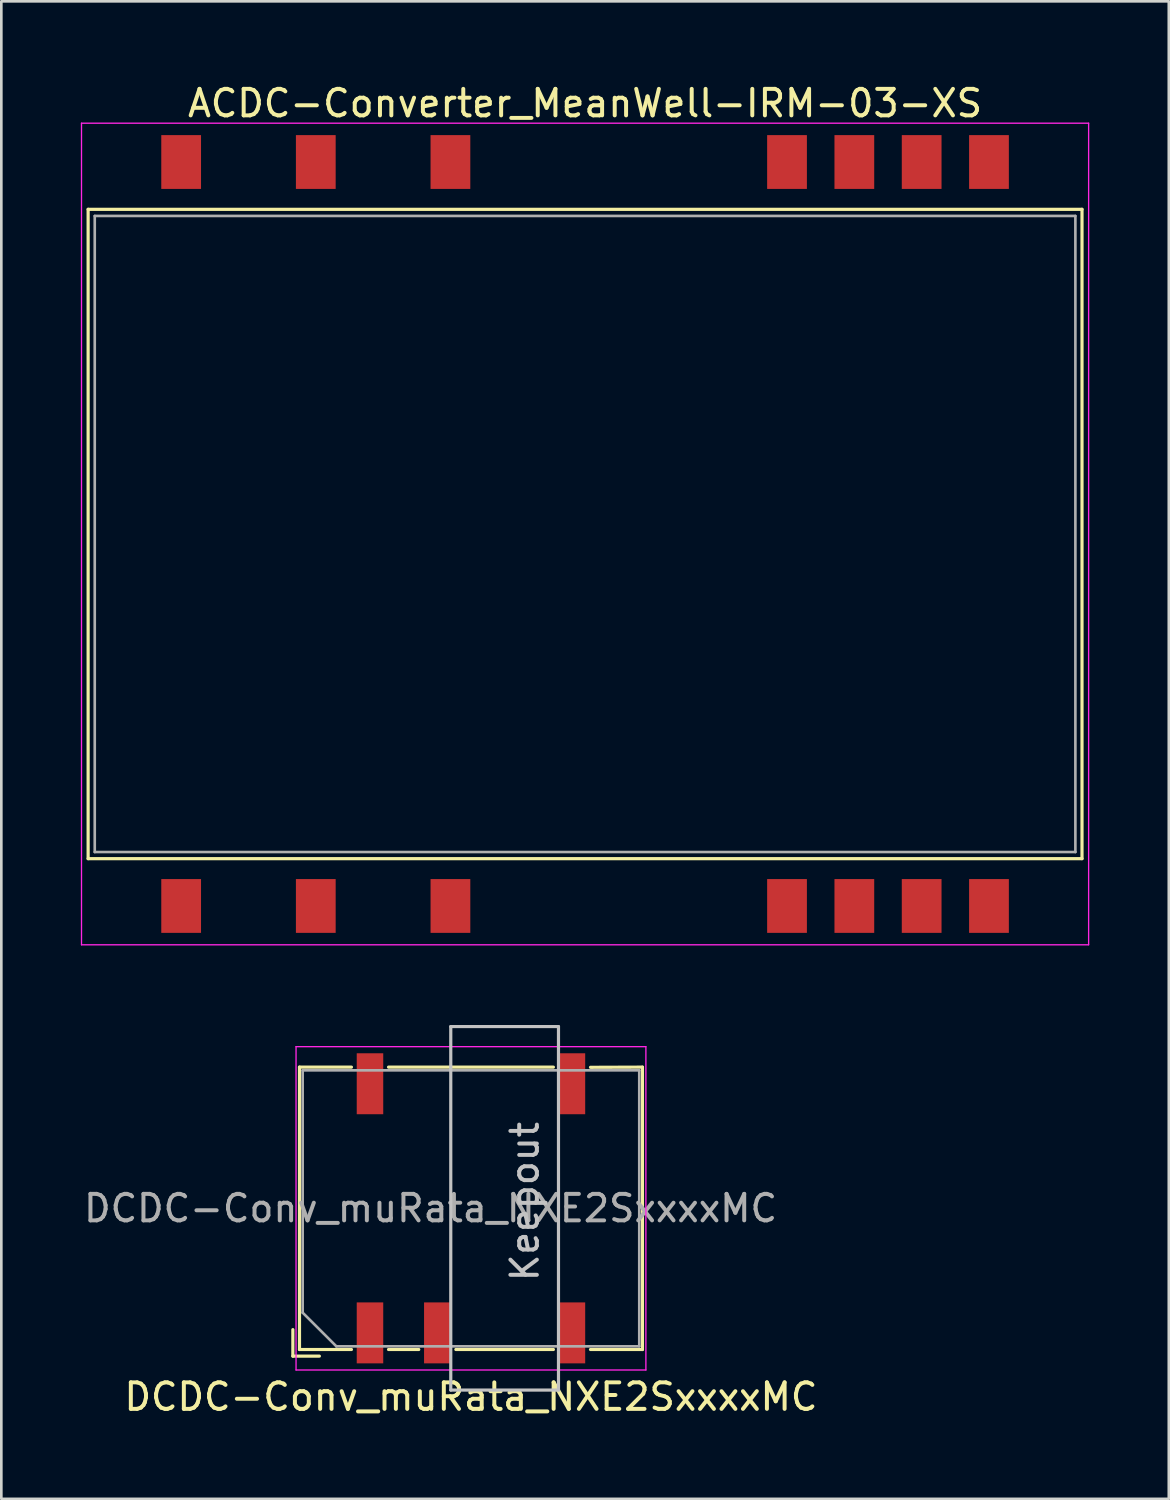
<source format=kicad_pcb>
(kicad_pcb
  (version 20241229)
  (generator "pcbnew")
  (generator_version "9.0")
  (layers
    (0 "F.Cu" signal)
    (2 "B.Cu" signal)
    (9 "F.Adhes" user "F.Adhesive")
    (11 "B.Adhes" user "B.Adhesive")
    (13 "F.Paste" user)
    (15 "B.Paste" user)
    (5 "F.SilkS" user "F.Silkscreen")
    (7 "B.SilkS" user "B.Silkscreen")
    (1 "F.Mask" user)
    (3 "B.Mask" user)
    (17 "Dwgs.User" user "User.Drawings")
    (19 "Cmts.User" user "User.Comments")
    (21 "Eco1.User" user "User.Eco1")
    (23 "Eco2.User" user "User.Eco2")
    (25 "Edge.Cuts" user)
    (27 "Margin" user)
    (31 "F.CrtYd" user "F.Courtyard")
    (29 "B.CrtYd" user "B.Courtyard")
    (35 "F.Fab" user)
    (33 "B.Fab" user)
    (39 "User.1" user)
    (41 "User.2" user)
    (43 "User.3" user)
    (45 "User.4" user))
  (footprint "ACDC-Converter_MeanWell-IRM-03-XS"
    (layer "F.Cu")
    (at 19.025 17.098)
    (property "Reference" "ACDC-Converter_MeanWell-IRM-03-XS" (at 0 -16.25 0) (layer "F.SilkS") (effects (font (size 1 1) (thickness 0.15))))
    (attr smd)
    (fp_line (start -18.75 -12.25) (end 18.75 -12.25) (stroke (width 0.12) (type solid)) (layer "F.SilkS"))
    (fp_line (start -18.75 12.25) (end -18.75 -12.25) (stroke (width 0.12) (type solid)) (layer "F.SilkS"))
    (fp_line (start 18.75 -12.25) (end 18.75 12.25) (stroke (width 0.12) (type solid)) (layer "F.SilkS"))
    (fp_line (start 18.75 12.25) (end -18.75 12.25) (stroke (width 0.12) (type solid)) (layer "F.SilkS"))
    (fp_line (start -19 -15.5) (end -19 15.5) (stroke (width 0.05) (type solid)) (layer "F.CrtYd"))
    (fp_line (start -19 15.5) (end 19 15.5) (stroke (width 0.05) (type solid)) (layer "F.CrtYd"))
    (fp_line (start 19 -15.5) (end -19 -15.5) (stroke (width 0.05) (type solid)) (layer "F.CrtYd"))
    (fp_line (start 19 15.5) (end 19 -15.5) (stroke (width 0.05) (type solid)) (layer "F.CrtYd"))
    (fp_line (start -18.5 -12) (end -18.5 12) (stroke (width 0.1) (type solid)) (layer "F.Fab"))
    (fp_line (start -18.5 12) (end 18.5 12) (stroke (width 0.1) (type solid)) (layer "F.Fab"))
    (fp_line (start 18.5 -12) (end -18.5 -12) (stroke (width 0.1) (type solid)) (layer "F.Fab"))
    (fp_line (start 18.5 12) (end 18.5 -12) (stroke (width 0.1) (type solid)) (layer "F.Fab"))
    (pad "1" smd rect (at -15.24 14.035) (size 1.5 2.03) (layers "F.Cu" "F.Mask" "F.Paste"))
    (pad "3" smd rect (at -10.16 14.035) (size 1.5 2.03) (layers "F.Cu" "F.Mask" "F.Paste"))
    (pad "5" smd rect (at -5.08 14.035) (size 1.5 2.03) (layers "F.Cu" "F.Mask" "F.Paste"))
    (pad "10" smd rect (at 7.62 14.035) (size 1.5 2.03) (layers "F.Cu" "F.Mask" "F.Paste"))
    (pad "11" smd rect (at 10.16 14.035) (size 1.5 2.03) (layers "F.Cu" "F.Mask" "F.Paste"))
    (pad "12" smd rect (at 12.7 14.035) (size 1.5 2.03) (layers "F.Cu" "F.Mask" "F.Paste"))
    (pad "13" smd rect (at 15.24 14.035) (size 1.5 2.03) (layers "F.Cu" "F.Mask" "F.Paste"))
    (pad "14" smd rect (at 15.24 -14.035) (size 1.5 2.03) (layers "F.Cu" "F.Mask" "F.Paste"))
    (pad "15" smd rect (at 12.7 -14.035) (size 1.5 2.03) (layers "F.Cu" "F.Mask" "F.Paste"))
    (pad "16" smd rect (at 10.16 -14.035) (size 1.5 2.03) (layers "F.Cu" "F.Mask" "F.Paste"))
    (pad "17" smd rect (at 7.62 -14.035) (size 1.5 2.03) (layers "F.Cu" "F.Mask" "F.Paste"))
    (pad "22" smd rect (at -5.08 -14.035) (size 1.5 2.03) (layers "F.Cu" "F.Mask" "F.Paste"))
    (pad "24" smd rect (at -10.16 -14.035) (size 1.5 2.03) (layers "F.Cu" "F.Mask" "F.Paste"))
    (pad "26" smd rect (at -15.24 -14.035) (size 1.5 2.03) (layers "F.Cu" "F.Mask" "F.Paste")))
  (footprint "DCDC-Conv_muRata_NXE2SxxxxMC"
    (layer "F.Cu")
    (at 15.99 42.541)
    (property "Reference" "DCDC-Conv_muRata_NXE2SxxxxMC" (at -1.27 7.112 0) (layer "F.SilkS") (effects (font (size 1 1) (thickness 0.15))))
    (attr smd)
    (fp_line (start -7.99 4.577) (end -7.99 5.577) (stroke (width 0.12) (type solid)) (layer "F.SilkS"))
    (fp_line (start -7.99 5.577) (end -6.99 5.577) (stroke (width 0.12) (type solid)) (layer "F.SilkS"))
    (fp_line (start -7.74 -5.327) (end -5.78 -5.327) (stroke (width 0.12) (type solid)) (layer "F.SilkS"))
    (fp_line (start -7.74 5.327) (end -7.74 -5.327) (stroke (width 0.12) (type solid)) (layer "F.SilkS"))
    (fp_line (start -5.78 5.327) (end -7.74 5.327) (stroke (width 0.12) (type solid)) (layer "F.SilkS"))
    (fp_line (start -4.38 -5.327) (end 1.84 -5.327) (stroke (width 0.12) (type solid)) (layer "F.SilkS"))
    (fp_line (start -3.24 5.327) (end -4.38 5.327) (stroke (width 0.12) (type solid)) (layer "F.SilkS"))
    (fp_line (start 1.84 5.327) (end -1.84 5.327) (stroke (width 0.12) (type solid)) (layer "F.SilkS"))
    (fp_line (start 3.24 -5.32) (end 5.2 -5.327) (stroke (width 0.12) (type solid)) (layer "F.SilkS"))
    (fp_line (start 5.2 -5.327) (end 5.2 5.327) (stroke (width 0.12) (type solid)) (layer "F.SilkS"))
    (fp_line (start 5.2 5.327) (end 3.24 5.327) (stroke (width 0.12) (type solid)) (layer "F.SilkS"))
    (fp_line (start -2.032 -6.858) (end 2.032 -6.858) (stroke (width 0.12) (type solid)) (layer "Dwgs.User"))
    (fp_line (start -2.032 6.858) (end -2.032 -6.858) (stroke (width 0.12) (type solid)) (layer "Dwgs.User"))
    (fp_line (start 2.032 -6.858) (end 2.032 6.858) (stroke (width 0.12) (type solid)) (layer "Dwgs.User"))
    (fp_line (start 2.032 6.858) (end -2.032 6.858) (stroke (width 0.12) (type solid)) (layer "Dwgs.User"))
    (fp_line (start -7.87 -6.1) (end -7.87 6.1) (stroke (width 0.05) (type solid)) (layer "F.CrtYd"))
    (fp_line (start -7.87 -6.1) (end 5.33 -6.1) (stroke (width 0.05) (type solid)) (layer "F.CrtYd"))
    (fp_line (start 5.33 -6.1) (end 5.33 6.1) (stroke (width 0.05) (type solid)) (layer "F.CrtYd"))
    (fp_line (start 5.33 6.1) (end -7.87 6.1) (stroke (width 0.05) (type solid)) (layer "F.CrtYd"))
    (fp_line (start -7.62 -5.207) (end 5.08 -5.207) (stroke (width 0.1) (type solid)) (layer "F.Fab"))
    (fp_line (start -7.62 3.937) (end -7.62 -5.207) (stroke (width 0.1) (type solid)) (layer "F.Fab"))
    (fp_line (start -7.62 3.937) (end -6.35 5.207) (stroke (width 0.1) (type solid)) (layer "F.Fab"))
    (fp_line (start 5.08 -5.207) (end 5.08 5.207) (stroke (width 0.1) (type solid)) (layer "F.Fab"))
    (fp_line (start 5.08 5.207) (end -6.35 5.207) (stroke (width 0.1) (type solid)) (layer "F.Fab"))
    (fp_text user "Keepout" (at 0.762 -0.254 90) (layer "Dwgs.User") (effects (font (size 1 1) (thickness 0.15))))
    (fp_text user "${REFERENCE}" (at -2.794 0 0) (layer "F.Fab") (effects (font (size 1 1) (thickness 0.15))))
    (pad "1" smd rect (at -5.08 4.7) (size 1 2.3) (layers "F.Cu" "F.Mask" "F.Paste"))
    (pad "3" smd rect (at -2.54 4.7) (size 1 2.3) (layers "F.Cu" "F.Mask" "F.Paste"))
    (pad "7" smd rect (at 2.54 4.7) (size 1 2.3) (layers "F.Cu" "F.Mask" "F.Paste"))
    (pad "8" smd rect (at 2.54 -4.7) (size 1 2.3) (layers "F.Cu" "F.Mask" "F.Paste"))
    (pad "14" smd rect (at -5.08 -4.7) (size 1 2.3) (layers "F.Cu" "F.Mask" "F.Paste")))
  (gr_rect
    (start -3 -3)
    (end 41.05 53.502)
    (stroke (width 0.1) (type default))
    (fill no)
    (layer "Edge.Cuts")))
</source>
